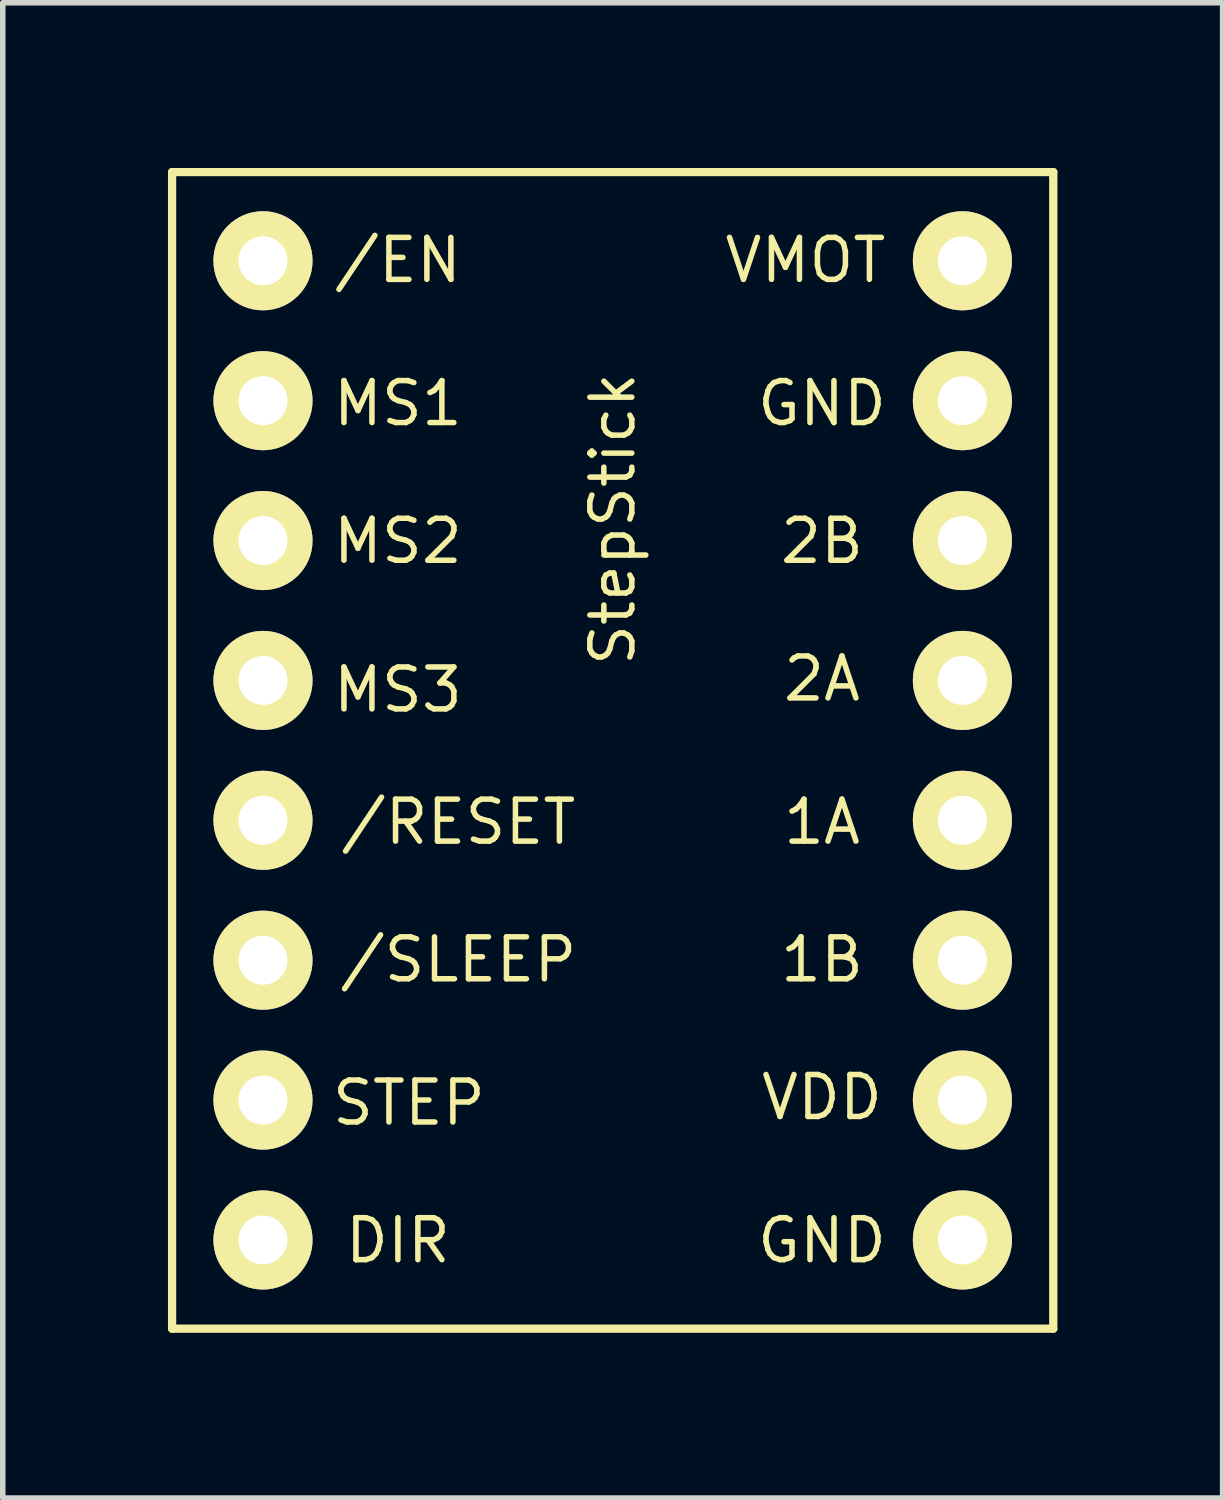
<source format=kicad_pcb>
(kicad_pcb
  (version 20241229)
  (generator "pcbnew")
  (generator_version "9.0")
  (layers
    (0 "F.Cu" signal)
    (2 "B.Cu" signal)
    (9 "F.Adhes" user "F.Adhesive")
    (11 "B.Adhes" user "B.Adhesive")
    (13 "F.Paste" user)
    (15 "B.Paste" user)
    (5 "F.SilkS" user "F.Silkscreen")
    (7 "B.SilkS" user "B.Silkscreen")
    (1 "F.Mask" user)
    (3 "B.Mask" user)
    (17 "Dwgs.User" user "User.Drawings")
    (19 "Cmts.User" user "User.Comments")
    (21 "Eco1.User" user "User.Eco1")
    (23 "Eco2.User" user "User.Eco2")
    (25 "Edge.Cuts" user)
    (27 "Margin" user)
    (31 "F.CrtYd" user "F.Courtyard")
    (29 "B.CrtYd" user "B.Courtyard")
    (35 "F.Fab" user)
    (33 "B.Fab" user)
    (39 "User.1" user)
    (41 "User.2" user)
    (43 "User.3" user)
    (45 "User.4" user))
  (footprint "StepStick"
    (layer "F.Cu")
    (at 8.075 10.575)
    (property "Reference" "StepStick" (at 0 -4.2 90) (layer "F.SilkS") (effects (font (size 0.762 0.762) (thickness 0.1))))
    (attr through_hole)
    (fp_line (start -8 -10.5) (end 8 -10.5) (stroke (width 0.15) (type solid)) (layer "F.SilkS"))
    (fp_line (start -8 10.5) (end -8 -10.5) (stroke (width 0.15) (type solid)) (layer "F.SilkS"))
    (fp_line (start -8 10.5) (end 8 10.5) (stroke (width 0.15) (type solid)) (layer "F.SilkS"))
    (fp_line (start 8 -10.5) (end 8 10.5) (stroke (width 0.15) (type solid)) (layer "F.SilkS"))
    (fp_text user "GND" (at 3.8 8.9 0) (layer "F.SilkS") (effects (font (size 0.762 0.762) (thickness 0.1))))
    (fp_text user "1A" (at 3.8 1.3 0) (layer "F.SilkS") (effects (font (size 0.762 0.762) (thickness 0.1))))
    (fp_text user "VDD" (at 3.8 6.3 0) (layer "F.SilkS") (effects (font (size 0.762 0.762) (thickness 0.1))))
    (fp_text user "MS2" (at -3.9 -3.8 0) (layer "F.SilkS") (effects (font (size 0.762 0.762) (thickness 0.1))))
    (fp_text user "/RESET" (at -2.8 1.3 0) (layer "F.SilkS") (effects (font (size 0.762 0.762) (thickness 0.1))))
    (fp_text user "2A" (at 3.8 -1.3 0) (layer "F.SilkS") (effects (font (size 0.762 0.762) (thickness 0.1))))
    (fp_text user "VMOT" (at 3.5 -8.9 0) (layer "F.SilkS") (effects (font (size 0.762 0.762) (thickness 0.1))))
    (fp_text user "/SLEEP" (at -2.8 3.8 0) (layer "F.SilkS") (effects (font (size 0.762 0.762) (thickness 0.1))))
    (fp_text user "STEP" (at -3.7 6.4 0) (layer "F.SilkS") (effects (font (size 0.762 0.762) (thickness 0.1))))
    (fp_text user "1B" (at 3.8 3.8 0) (layer "F.SilkS") (effects (font (size 0.762 0.762) (thickness 0.1))))
    (fp_text user "MS1" (at -3.9 -6.3 0) (layer "F.SilkS") (effects (font (size 0.762 0.762) (thickness 0.1))))
    (fp_text user "MS3" (at -3.9 -1.1 0) (layer "F.SilkS") (effects (font (size 0.762 0.762) (thickness 0.1))))
    (fp_text user "DIR" (at -3.9 8.9 0) (layer "F.SilkS") (effects (font (size 0.762 0.762) (thickness 0.1))))
    (fp_text user "/EN" (at -3.9 -8.9 0) (layer "F.SilkS") (effects (font (size 0.762 0.762) (thickness 0.1))))
    (fp_text user "2B" (at 3.8 -3.8 0) (layer "F.SilkS") (effects (font (size 0.762 0.762) (thickness 0.1))))
    (fp_text user "GND" (at 3.8 -6.3 0) (layer "F.SilkS") (effects (font (size 0.762 0.762) (thickness 0.1))))
    (pad "1" thru_hole circle (at -6.35 -8.89) (size 1.8 1.8) (drill 0.889) (layers "*.Cu" "*.Mask" "F.SilkS"))
    (pad "2" thru_hole circle (at -6.35 -6.35) (size 1.8 1.8) (drill 0.889) (layers "*.Cu" "*.Mask" "F.SilkS"))
    (pad "3" thru_hole circle (at -6.35 -3.81) (size 1.8 1.8) (drill 0.889) (layers "*.Cu" "*.Mask" "F.SilkS"))
    (pad "4" thru_hole circle (at -6.35 -1.27) (size 1.8 1.8) (drill 0.889) (layers "*.Cu" "*.Mask" "F.SilkS"))
    (pad "5" thru_hole circle (at -6.35 1.27) (size 1.8 1.8) (drill 0.889) (layers "*.Cu" "*.Mask" "F.SilkS"))
    (pad "6" thru_hole circle (at -6.35 3.81) (size 1.8 1.8) (drill 0.889) (layers "*.Cu" "*.Mask" "F.SilkS"))
    (pad "7" thru_hole circle (at -6.35 6.35) (size 1.8 1.8) (drill 0.889) (layers "*.Cu" "*.Mask" "F.SilkS"))
    (pad "8" thru_hole circle (at -6.35 8.89) (size 1.8 1.8) (drill 0.889) (layers "*.Cu" "*.Mask" "F.SilkS"))
    (pad "9" thru_hole circle (at 6.35 8.89) (size 1.8 1.8) (drill 0.889) (layers "*.Cu" "*.Mask" "F.SilkS"))
    (pad "10" thru_hole circle (at 6.35 6.35) (size 1.8 1.8) (drill 0.889) (layers "*.Cu" "*.Mask" "F.SilkS"))
    (pad "11" thru_hole circle (at 6.35 3.81) (size 1.8 1.8) (drill 0.889) (layers "*.Cu" "*.Mask" "F.SilkS"))
    (pad "12" thru_hole circle (at 6.35 1.27) (size 1.8 1.8) (drill 0.889) (layers "*.Cu" "*.Mask" "F.SilkS"))
    (pad "13" thru_hole circle (at 6.35 -1.27) (size 1.8 1.8) (drill 0.889) (layers "*.Cu" "*.Mask" "F.SilkS"))
    (pad "14" thru_hole circle (at 6.35 -3.81) (size 1.8 1.8) (drill 0.889) (layers "*.Cu" "*.Mask" "F.SilkS"))
    (pad "15" thru_hole circle (at 6.35 -6.35) (size 1.8 1.8) (drill 0.889) (layers "*.Cu" "*.Mask" "F.SilkS"))
    (pad "16" thru_hole circle (at 6.35 -8.89) (size 1.8 1.8) (drill 0.889) (layers "*.Cu" "*.Mask" "F.SilkS")))
  (gr_rect
    (start -3 -3)
    (end 19.15 24.15)
    (stroke (width 0.1) (type default))
    (fill no)
    (layer "Edge.Cuts")))
</source>
